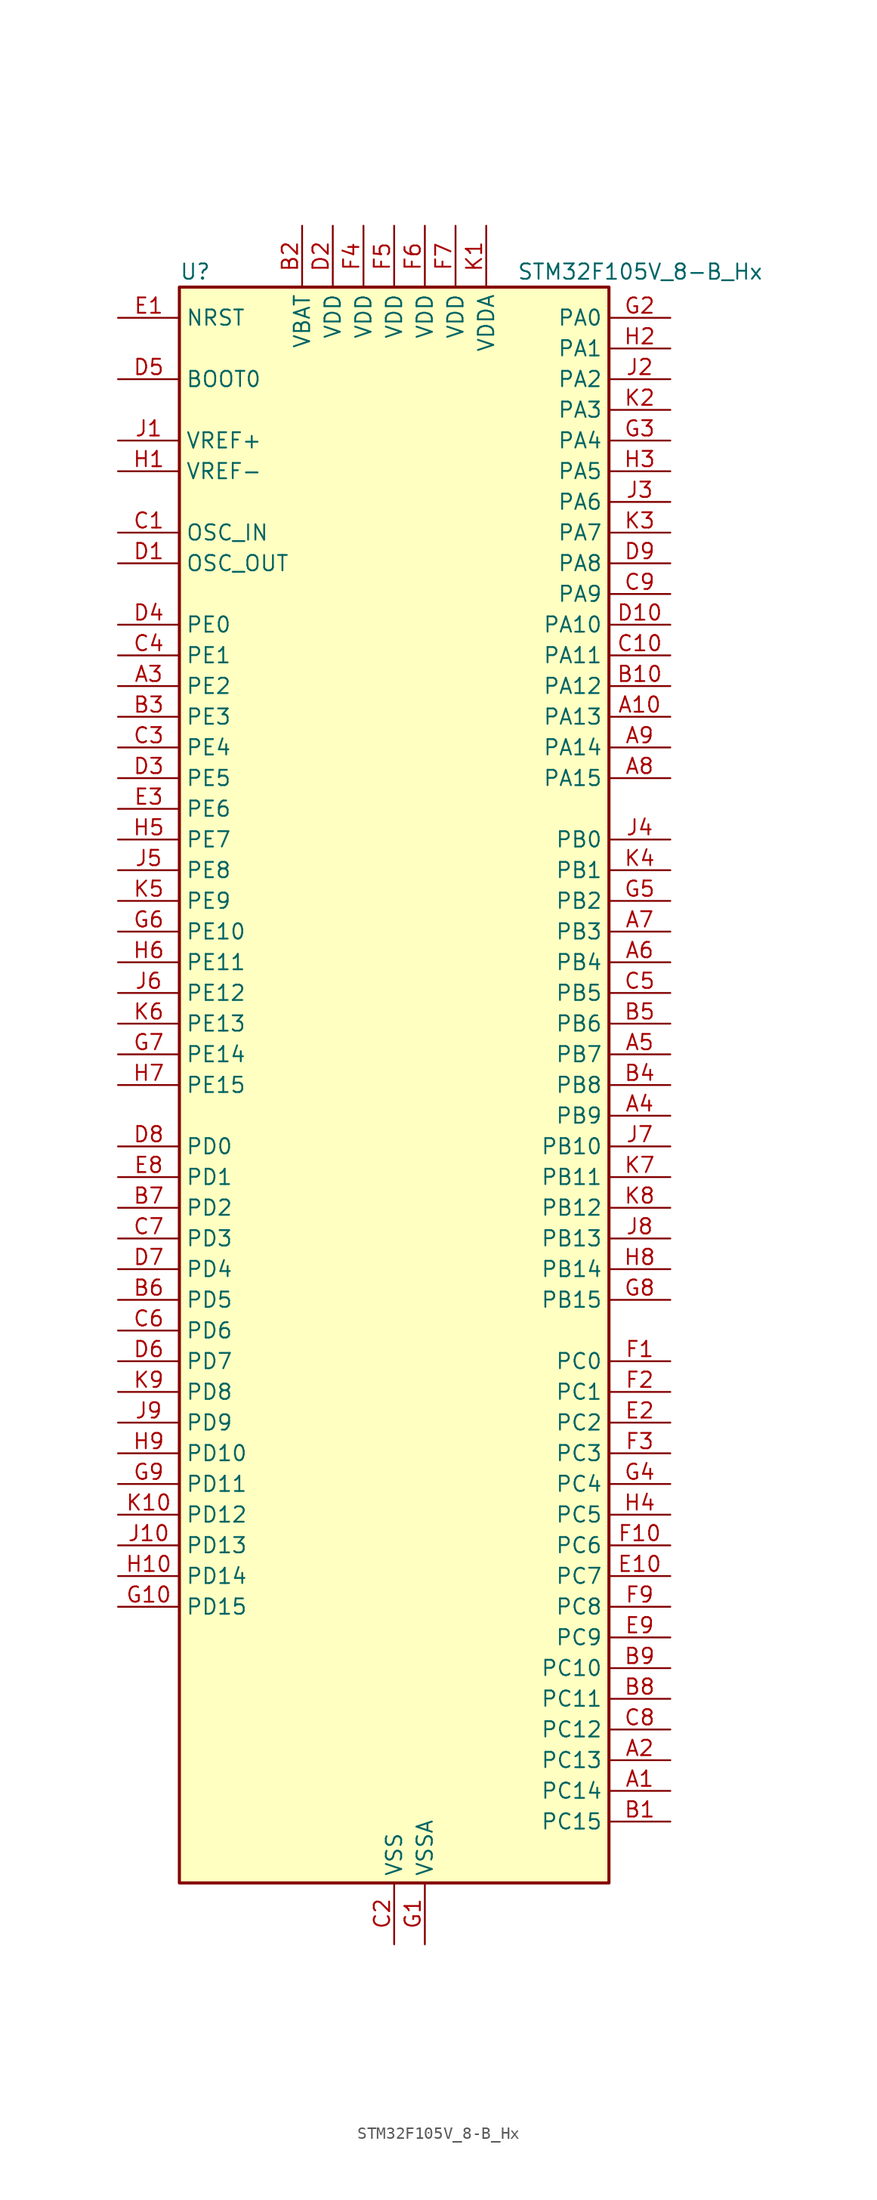
<source format=kicad_sym>
(kicad_symbol_lib
  (version 20220914)
  (generator kicad_symbol_editor)
  (symbol "STM32F105V_8-B_Hx"
    (property "Reference" "U"
      (at -17.78 67.31 0)
      (effects (font (size 1.27 1.27)) (justify left)))
    (property "Value" "STM32F105V_8-B_Hx"
      (at 10.16 67.31 0)
      (effects (font (size 1.27 1.27)) (justify left)))
    (property "ki_locked" ""
      (at 0 0 0)
      (effects (font (size 1.27 1.27))))
    (symbol "STM32F105V_8-B_Hx_0_1"
      (rectangle (start -17.78 -66.04) (end 17.78 66.04) (stroke (width 0.254) (type default)) (fill (type background))))
    (symbol "STM32F105V_8-B_Hx_1_1"
      (pin bidirectional line (at 22.86 -58.42 180) (length 5.08) (name "PC14" (effects (font (size 1.27 1.27)))) (number "A1" (effects (font (size 1.27 1.27)))) (alternate "RCC_OSC32_IN" bidirectional line))
      (pin bidirectional line (at 22.86 30.48 180) (length 5.08) (name "PA13" (effects (font (size 1.27 1.27)))) (number "A10" (effects (font (size 1.27 1.27)))) (alternate "SYS_JTMS-SWDIO" bidirectional line))
      (pin bidirectional line (at 22.86 -55.88 180) (length 5.08) (name "PC13" (effects (font (size 1.27 1.27)))) (number "A2" (effects (font (size 1.27 1.27)))) (alternate "RTC_OUT" bidirectional line) (alternate "RTC_TAMPER" bidirectional line))
      (pin bidirectional line (at -22.86 33.02 0) (length 5.08) (name "PE2" (effects (font (size 1.27 1.27)))) (number "A3" (effects (font (size 1.27 1.27)))) (alternate "SYS_TRACECLK" bidirectional line))
      (pin bidirectional line (at 22.86 -2.54 180) (length 5.08) (name "PB9" (effects (font (size 1.27 1.27)))) (number "A4" (effects (font (size 1.27 1.27)))) (alternate "CAN1_TX" bidirectional line) (alternate "DAC_EXTI9" bidirectional line) (alternate "I2C1_SDA" bidirectional line) (alternate "TIM4_CH4" bidirectional line))
      (pin bidirectional line (at 22.86 2.54 180) (length 5.08) (name "PB7" (effects (font (size 1.27 1.27)))) (number "A5" (effects (font (size 1.27 1.27)))) (alternate "I2C1_SDA" bidirectional line) (alternate "TIM4_CH2" bidirectional line) (alternate "USART1_RX" bidirectional line))
      (pin bidirectional line (at 22.86 10.16 180) (length 5.08) (name "PB4" (effects (font (size 1.27 1.27)))) (number "A6" (effects (font (size 1.27 1.27)))) (alternate "SPI1_MISO" bidirectional line) (alternate "SPI3_MISO" bidirectional line) (alternate "SYS_NJTRST" bidirectional line) (alternate "TIM3_CH1" bidirectional line))
      (pin bidirectional line (at 22.86 12.7 180) (length 5.08) (name "PB3" (effects (font (size 1.27 1.27)))) (number "A7" (effects (font (size 1.27 1.27)))) (alternate "I2S3_CK" bidirectional line) (alternate "SPI1_SCK" bidirectional line) (alternate "SPI3_SCK" bidirectional line) (alternate "SYS_JTDO" bidirectional line) (alternate "SYS_TRACESWO" bidirectional line) (alternate "TIM2_CH2" bidirectional line))
      (pin bidirectional line (at 22.86 25.4 180) (length 5.08) (name "PA15" (effects (font (size 1.27 1.27)))) (number "A8" (effects (font (size 1.27 1.27)))) (alternate "ADC1_EXTI15" bidirectional line) (alternate "ADC2_EXTI15" bidirectional line) (alternate "I2S3_WS" bidirectional line) (alternate "SPI1_NSS" bidirectional line) (alternate "SPI3_NSS" bidirectional line) (alternate "SYS_JTDI" bidirectional line) (alternate "TIM2_CH1" bidirectional line) (alternate "TIM2_ETR" bidirectional line))
      (pin bidirectional line (at 22.86 27.94 180) (length 5.08) (name "PA14" (effects (font (size 1.27 1.27)))) (number "A9" (effects (font (size 1.27 1.27)))) (alternate "SYS_JTCK-SWCLK" bidirectional line))
      (pin bidirectional line (at 22.86 -60.96 180) (length 5.08) (name "PC15" (effects (font (size 1.27 1.27)))) (number "B1" (effects (font (size 1.27 1.27)))) (alternate "ADC1_EXTI15" bidirectional line) (alternate "ADC2_EXTI15" bidirectional line) (alternate "RCC_OSC32_OUT" bidirectional line))
      (pin bidirectional line (at 22.86 33.02 180) (length 5.08) (name "PA12" (effects (font (size 1.27 1.27)))) (number "B10" (effects (font (size 1.27 1.27)))) (alternate "CAN1_TX" bidirectional line) (alternate "TIM1_ETR" bidirectional line) (alternate "USART1_RTS" bidirectional line) (alternate "USB_OTG_FS_DP" bidirectional line))
      (pin power_in line (at -7.62 71.12 270) (length 5.08) (name "VBAT" (effects (font (size 1.27 1.27)))) (number "B2" (effects (font (size 1.27 1.27)))))
      (pin bidirectional line (at -22.86 30.48 0) (length 5.08) (name "PE3" (effects (font (size 1.27 1.27)))) (number "B3" (effects (font (size 1.27 1.27)))) (alternate "SYS_TRACED0" bidirectional line))
      (pin bidirectional line (at 22.86 0 180) (length 5.08) (name "PB8" (effects (font (size 1.27 1.27)))) (number "B4" (effects (font (size 1.27 1.27)))) (alternate "CAN1_RX" bidirectional line) (alternate "I2C1_SCL" bidirectional line) (alternate "TIM4_CH3" bidirectional line))
      (pin bidirectional line (at 22.86 5.08 180) (length 5.08) (name "PB6" (effects (font (size 1.27 1.27)))) (number "B5" (effects (font (size 1.27 1.27)))) (alternate "CAN2_TX" bidirectional line) (alternate "I2C1_SCL" bidirectional line) (alternate "TIM4_CH1" bidirectional line) (alternate "USART1_TX" bidirectional line))
      (pin bidirectional line (at -22.86 -17.78 0) (length 5.08) (name "PD5" (effects (font (size 1.27 1.27)))) (number "B6" (effects (font (size 1.27 1.27)))) (alternate "USART2_TX" bidirectional line))
      (pin bidirectional line (at -22.86 -10.16 0) (length 5.08) (name "PD2" (effects (font (size 1.27 1.27)))) (number "B7" (effects (font (size 1.27 1.27)))) (alternate "TIM3_ETR" bidirectional line) (alternate "UART5_RX" bidirectional line))
      (pin bidirectional line (at 22.86 -50.8 180) (length 5.08) (name "PC11" (effects (font (size 1.27 1.27)))) (number "B8" (effects (font (size 1.27 1.27)))) (alternate "ADC1_EXTI11" bidirectional line) (alternate "ADC2_EXTI11" bidirectional line) (alternate "SPI3_MISO" bidirectional line) (alternate "UART4_RX" bidirectional line) (alternate "USART3_RX" bidirectional line))
      (pin bidirectional line (at 22.86 -48.26 180) (length 5.08) (name "PC10" (effects (font (size 1.27 1.27)))) (number "B9" (effects (font (size 1.27 1.27)))) (alternate "I2S3_CK" bidirectional line) (alternate "SPI3_SCK" bidirectional line) (alternate "UART4_TX" bidirectional line) (alternate "USART3_TX" bidirectional line))
      (pin input line (at -22.86 45.72 0) (length 5.08) (name "OSC_IN" (effects (font (size 1.27 1.27)))) (number "C1" (effects (font (size 1.27 1.27)))) (alternate "RCC_OSC_IN" bidirectional line))
      (pin bidirectional line (at 22.86 35.56 180) (length 5.08) (name "PA11" (effects (font (size 1.27 1.27)))) (number "C10" (effects (font (size 1.27 1.27)))) (alternate "ADC1_EXTI11" bidirectional line) (alternate "ADC2_EXTI11" bidirectional line) (alternate "CAN1_RX" bidirectional line) (alternate "TIM1_CH4" bidirectional line) (alternate "USART1_CTS" bidirectional line) (alternate "USB_OTG_FS_DM" bidirectional line))
      (pin power_in line (at 0 -71.12 90) (length 5.08) (name "VSS" (effects (font (size 1.27 1.27)))) (number "C2" (effects (font (size 1.27 1.27)))))
      (pin bidirectional line (at -22.86 27.94 0) (length 5.08) (name "PE4" (effects (font (size 1.27 1.27)))) (number "C3" (effects (font (size 1.27 1.27)))) (alternate "SYS_TRACED1" bidirectional line))
      (pin bidirectional line (at -22.86 35.56 0) (length 5.08) (name "PE1" (effects (font (size 1.27 1.27)))) (number "C4" (effects (font (size 1.27 1.27)))))
      (pin bidirectional line (at 22.86 7.62 180) (length 5.08) (name "PB5" (effects (font (size 1.27 1.27)))) (number "C5" (effects (font (size 1.27 1.27)))) (alternate "CAN2_RX" bidirectional line) (alternate "I2C1_SMBA" bidirectional line) (alternate "I2S3_SD" bidirectional line) (alternate "SPI1_MOSI" bidirectional line) (alternate "SPI3_MOSI" bidirectional line) (alternate "TIM3_CH2" bidirectional line))
      (pin bidirectional line (at -22.86 -20.32 0) (length 5.08) (name "PD6" (effects (font (size 1.27 1.27)))) (number "C6" (effects (font (size 1.27 1.27)))) (alternate "USART2_RX" bidirectional line))
      (pin bidirectional line (at -22.86 -12.7 0) (length 5.08) (name "PD3" (effects (font (size 1.27 1.27)))) (number "C7" (effects (font (size 1.27 1.27)))) (alternate "USART2_CTS" bidirectional line))
      (pin bidirectional line (at 22.86 -53.34 180) (length 5.08) (name "PC12" (effects (font (size 1.27 1.27)))) (number "C8" (effects (font (size 1.27 1.27)))) (alternate "I2S3_SD" bidirectional line) (alternate "SPI3_MOSI" bidirectional line) (alternate "UART5_TX" bidirectional line) (alternate "USART3_CK" bidirectional line))
      (pin bidirectional line (at 22.86 40.64 180) (length 5.08) (name "PA9" (effects (font (size 1.27 1.27)))) (number "C9" (effects (font (size 1.27 1.27)))) (alternate "DAC_EXTI9" bidirectional line) (alternate "TIM1_CH2" bidirectional line) (alternate "USART1_TX" bidirectional line) (alternate "USB_OTG_FS_VBUS" bidirectional line))
      (pin input line (at -22.86 43.18 0) (length 5.08) (name "OSC_OUT" (effects (font (size 1.27 1.27)))) (number "D1" (effects (font (size 1.27 1.27)))) (alternate "RCC_OSC_OUT" bidirectional line))
      (pin bidirectional line (at 22.86 38.1 180) (length 5.08) (name "PA10" (effects (font (size 1.27 1.27)))) (number "D10" (effects (font (size 1.27 1.27)))) (alternate "TIM1_CH3" bidirectional line) (alternate "USART1_RX" bidirectional line) (alternate "USB_OTG_FS_ID" bidirectional line))
      (pin power_in line (at -5.08 71.12 270) (length 5.08) (name "VDD" (effects (font (size 1.27 1.27)))) (number "D2" (effects (font (size 1.27 1.27)))))
      (pin bidirectional line (at -22.86 25.4 0) (length 5.08) (name "PE5" (effects (font (size 1.27 1.27)))) (number "D3" (effects (font (size 1.27 1.27)))) (alternate "SYS_TRACED2" bidirectional line))
      (pin bidirectional line (at -22.86 38.1 0) (length 5.08) (name "PE0" (effects (font (size 1.27 1.27)))) (number "D4" (effects (font (size 1.27 1.27)))) (alternate "TIM4_ETR" bidirectional line))
      (pin input line (at -22.86 58.42 0) (length 5.08) (name "BOOT0" (effects (font (size 1.27 1.27)))) (number "D5" (effects (font (size 1.27 1.27)))))
      (pin bidirectional line (at -22.86 -22.86 0) (length 5.08) (name "PD7" (effects (font (size 1.27 1.27)))) (number "D6" (effects (font (size 1.27 1.27)))) (alternate "USART2_CK" bidirectional line))
      (pin bidirectional line (at -22.86 -15.24 0) (length 5.08) (name "PD4" (effects (font (size 1.27 1.27)))) (number "D7" (effects (font (size 1.27 1.27)))) (alternate "USART2_RTS" bidirectional line))
      (pin bidirectional line (at -22.86 -5.08 0) (length 5.08) (name "PD0" (effects (font (size 1.27 1.27)))) (number "D8" (effects (font (size 1.27 1.27)))) (alternate "CAN1_RX" bidirectional line))
      (pin bidirectional line (at 22.86 43.18 180) (length 5.08) (name "PA8" (effects (font (size 1.27 1.27)))) (number "D9" (effects (font (size 1.27 1.27)))) (alternate "RCC_MCO" bidirectional line) (alternate "TIM1_CH1" bidirectional line) (alternate "USART1_CK" bidirectional line) (alternate "USB_OTG_FS_SOF" bidirectional line))
      (pin input line (at -22.86 63.5 0) (length 5.08) (name "NRST" (effects (font (size 1.27 1.27)))) (number "E1" (effects (font (size 1.27 1.27)))))
      (pin bidirectional line (at 22.86 -40.64 180) (length 5.08) (name "PC7" (effects (font (size 1.27 1.27)))) (number "E10" (effects (font (size 1.27 1.27)))) (alternate "I2S3_MCK" bidirectional line) (alternate "TIM3_CH2" bidirectional line))
      (pin bidirectional line (at 22.86 -27.94 180) (length 5.08) (name "PC2" (effects (font (size 1.27 1.27)))) (number "E2" (effects (font (size 1.27 1.27)))) (alternate "ADC1_IN12" bidirectional line) (alternate "ADC2_IN12" bidirectional line))
      (pin bidirectional line (at -22.86 22.86 0) (length 5.08) (name "PE6" (effects (font (size 1.27 1.27)))) (number "E3" (effects (font (size 1.27 1.27)))) (alternate "SYS_TRACED3" bidirectional line))
      (pin passive line (at 0 -71.12 90) (length 5.08) hide (name "VSS" (effects (font (size 1.27 1.27)))) (number "E4" (effects (font (size 1.27 1.27)))))
      (pin passive line (at 0 -71.12 90) (length 5.08) hide (name "VSS" (effects (font (size 1.27 1.27)))) (number "E5" (effects (font (size 1.27 1.27)))))
      (pin passive line (at 0 -71.12 90) (length 5.08) hide (name "VSS" (effects (font (size 1.27 1.27)))) (number "E6" (effects (font (size 1.27 1.27)))))
      (pin passive line (at 0 -71.12 90) (length 5.08) hide (name "VSS" (effects (font (size 1.27 1.27)))) (number "E7" (effects (font (size 1.27 1.27)))))
      (pin bidirectional line (at -22.86 -7.62 0) (length 5.08) (name "PD1" (effects (font (size 1.27 1.27)))) (number "E8" (effects (font (size 1.27 1.27)))) (alternate "CAN1_TX" bidirectional line))
      (pin bidirectional line (at 22.86 -45.72 180) (length 5.08) (name "PC9" (effects (font (size 1.27 1.27)))) (number "E9" (effects (font (size 1.27 1.27)))) (alternate "DAC_EXTI9" bidirectional line) (alternate "TIM3_CH4" bidirectional line))
      (pin bidirectional line (at 22.86 -22.86 180) (length 5.08) (name "PC0" (effects (font (size 1.27 1.27)))) (number "F1" (effects (font (size 1.27 1.27)))) (alternate "ADC1_IN10" bidirectional line) (alternate "ADC2_IN10" bidirectional line))
      (pin bidirectional line (at 22.86 -38.1 180) (length 5.08) (name "PC6" (effects (font (size 1.27 1.27)))) (number "F10" (effects (font (size 1.27 1.27)))) (alternate "I2S2_MCK" bidirectional line) (alternate "TIM3_CH1" bidirectional line))
      (pin bidirectional line (at 22.86 -25.4 180) (length 5.08) (name "PC1" (effects (font (size 1.27 1.27)))) (number "F2" (effects (font (size 1.27 1.27)))) (alternate "ADC1_IN11" bidirectional line) (alternate "ADC2_IN11" bidirectional line))
      (pin bidirectional line (at 22.86 -30.48 180) (length 5.08) (name "PC3" (effects (font (size 1.27 1.27)))) (number "F3" (effects (font (size 1.27 1.27)))) (alternate "ADC1_IN13" bidirectional line) (alternate "ADC2_IN13" bidirectional line))
      (pin power_in line (at -2.54 71.12 270) (length 5.08) (name "VDD" (effects (font (size 1.27 1.27)))) (number "F4" (effects (font (size 1.27 1.27)))))
      (pin power_in line (at 0 71.12 270) (length 5.08) (name "VDD" (effects (font (size 1.27 1.27)))) (number "F5" (effects (font (size 1.27 1.27)))))
      (pin power_in line (at 2.54 71.12 270) (length 5.08) (name "VDD" (effects (font (size 1.27 1.27)))) (number "F6" (effects (font (size 1.27 1.27)))))
      (pin power_in line (at 5.08 71.12 270) (length 5.08) (name "VDD" (effects (font (size 1.27 1.27)))) (number "F7" (effects (font (size 1.27 1.27)))))
      (pin no_connect line (at -17.78 -66.04 0) (length 5.08) hide (name "NC" (effects (font (size 1.27 1.27)))) (number "F8" (effects (font (size 1.27 1.27)))))
      (pin bidirectional line (at 22.86 -43.18 180) (length 5.08) (name "PC8" (effects (font (size 1.27 1.27)))) (number "F9" (effects (font (size 1.27 1.27)))) (alternate "TIM3_CH3" bidirectional line))
      (pin power_in line (at 2.54 -71.12 90) (length 5.08) (name "VSSA" (effects (font (size 1.27 1.27)))) (number "G1" (effects (font (size 1.27 1.27)))))
      (pin bidirectional line (at -22.86 -43.18 0) (length 5.08) (name "PD15" (effects (font (size 1.27 1.27)))) (number "G10" (effects (font (size 1.27 1.27)))) (alternate "ADC1_EXTI15" bidirectional line) (alternate "ADC2_EXTI15" bidirectional line) (alternate "TIM4_CH4" bidirectional line))
      (pin bidirectional line (at 22.86 63.5 180) (length 5.08) (name "PA0" (effects (font (size 1.27 1.27)))) (number "G2" (effects (font (size 1.27 1.27)))) (alternate "ADC1_IN0" bidirectional line) (alternate "ADC2_IN0" bidirectional line) (alternate "SYS_WKUP" bidirectional line) (alternate "TIM2_CH1" bidirectional line) (alternate "TIM2_ETR" bidirectional line) (alternate "TIM5_CH1" bidirectional line) (alternate "USART2_CTS" bidirectional line))
      (pin bidirectional line (at 22.86 53.34 180) (length 5.08) (name "PA4" (effects (font (size 1.27 1.27)))) (number "G3" (effects (font (size 1.27 1.27)))) (alternate "ADC1_IN4" bidirectional line) (alternate "ADC2_IN4" bidirectional line) (alternate "DAC_OUT1" bidirectional line) (alternate "I2S3_WS" bidirectional line) (alternate "SPI1_NSS" bidirectional line) (alternate "SPI3_NSS" bidirectional line) (alternate "USART2_CK" bidirectional line))
      (pin bidirectional line (at 22.86 -33.02 180) (length 5.08) (name "PC4" (effects (font (size 1.27 1.27)))) (number "G4" (effects (font (size 1.27 1.27)))) (alternate "ADC1_IN14" bidirectional line) (alternate "ADC2_IN14" bidirectional line))
      (pin bidirectional line (at 22.86 15.24 180) (length 5.08) (name "PB2" (effects (font (size 1.27 1.27)))) (number "G5" (effects (font (size 1.27 1.27)))))
      (pin bidirectional line (at -22.86 12.7 0) (length 5.08) (name "PE10" (effects (font (size 1.27 1.27)))) (number "G6" (effects (font (size 1.27 1.27)))) (alternate "TIM1_CH2N" bidirectional line))
      (pin bidirectional line (at -22.86 2.54 0) (length 5.08) (name "PE14" (effects (font (size 1.27 1.27)))) (number "G7" (effects (font (size 1.27 1.27)))) (alternate "TIM1_CH4" bidirectional line))
      (pin bidirectional line (at 22.86 -17.78 180) (length 5.08) (name "PB15" (effects (font (size 1.27 1.27)))) (number "G8" (effects (font (size 1.27 1.27)))) (alternate "ADC1_EXTI15" bidirectional line) (alternate "ADC2_EXTI15" bidirectional line) (alternate "I2S2_SD" bidirectional line) (alternate "SPI2_MOSI" bidirectional line) (alternate "TIM1_CH3N" bidirectional line))
      (pin bidirectional line (at -22.86 -33.02 0) (length 5.08) (name "PD11" (effects (font (size 1.27 1.27)))) (number "G9" (effects (font (size 1.27 1.27)))) (alternate "ADC1_EXTI11" bidirectional line) (alternate "ADC2_EXTI11" bidirectional line) (alternate "USART3_CTS" bidirectional line))
      (pin input line (at -22.86 50.8 0) (length 5.08) (name "VREF-" (effects (font (size 1.27 1.27)))) (number "H1" (effects (font (size 1.27 1.27)))))
      (pin bidirectional line (at -22.86 -40.64 0) (length 5.08) (name "PD14" (effects (font (size 1.27 1.27)))) (number "H10" (effects (font (size 1.27 1.27)))) (alternate "TIM4_CH3" bidirectional line))
      (pin bidirectional line (at 22.86 60.96 180) (length 5.08) (name "PA1" (effects (font (size 1.27 1.27)))) (number "H2" (effects (font (size 1.27 1.27)))) (alternate "ADC1_IN1" bidirectional line) (alternate "ADC2_IN1" bidirectional line) (alternate "TIM2_CH2" bidirectional line) (alternate "TIM5_CH2" bidirectional line) (alternate "USART2_RTS" bidirectional line))
      (pin bidirectional line (at 22.86 50.8 180) (length 5.08) (name "PA5" (effects (font (size 1.27 1.27)))) (number "H3" (effects (font (size 1.27 1.27)))) (alternate "ADC1_IN5" bidirectional line) (alternate "ADC2_IN5" bidirectional line) (alternate "DAC_OUT2" bidirectional line) (alternate "SPI1_SCK" bidirectional line))
      (pin bidirectional line (at 22.86 -35.56 180) (length 5.08) (name "PC5" (effects (font (size 1.27 1.27)))) (number "H4" (effects (font (size 1.27 1.27)))) (alternate "ADC1_IN15" bidirectional line) (alternate "ADC2_IN15" bidirectional line))
      (pin bidirectional line (at -22.86 20.32 0) (length 5.08) (name "PE7" (effects (font (size 1.27 1.27)))) (number "H5" (effects (font (size 1.27 1.27)))) (alternate "TIM1_ETR" bidirectional line))
      (pin bidirectional line (at -22.86 10.16 0) (length 5.08) (name "PE11" (effects (font (size 1.27 1.27)))) (number "H6" (effects (font (size 1.27 1.27)))) (alternate "ADC1_EXTI11" bidirectional line) (alternate "ADC2_EXTI11" bidirectional line) (alternate "TIM1_CH2" bidirectional line))
      (pin bidirectional line (at -22.86 0 0) (length 5.08) (name "PE15" (effects (font (size 1.27 1.27)))) (number "H7" (effects (font (size 1.27 1.27)))) (alternate "ADC1_EXTI15" bidirectional line) (alternate "ADC2_EXTI15" bidirectional line) (alternate "TIM1_BKIN" bidirectional line))
      (pin bidirectional line (at 22.86 -15.24 180) (length 5.08) (name "PB14" (effects (font (size 1.27 1.27)))) (number "H8" (effects (font (size 1.27 1.27)))) (alternate "SPI2_MISO" bidirectional line) (alternate "TIM1_CH2N" bidirectional line) (alternate "USART3_RTS" bidirectional line))
      (pin bidirectional line (at -22.86 -30.48 0) (length 5.08) (name "PD10" (effects (font (size 1.27 1.27)))) (number "H9" (effects (font (size 1.27 1.27)))) (alternate "USART3_CK" bidirectional line))
      (pin input line (at -22.86 53.34 0) (length 5.08) (name "VREF+" (effects (font (size 1.27 1.27)))) (number "J1" (effects (font (size 1.27 1.27)))))
      (pin bidirectional line (at -22.86 -38.1 0) (length 5.08) (name "PD13" (effects (font (size 1.27 1.27)))) (number "J10" (effects (font (size 1.27 1.27)))) (alternate "TIM4_CH2" bidirectional line))
      (pin bidirectional line (at 22.86 58.42 180) (length 5.08) (name "PA2" (effects (font (size 1.27 1.27)))) (number "J2" (effects (font (size 1.27 1.27)))) (alternate "ADC1_IN2" bidirectional line) (alternate "ADC2_IN2" bidirectional line) (alternate "TIM2_CH3" bidirectional line) (alternate "TIM5_CH3" bidirectional line) (alternate "USART2_TX" bidirectional line))
      (pin bidirectional line (at 22.86 48.26 180) (length 5.08) (name "PA6" (effects (font (size 1.27 1.27)))) (number "J3" (effects (font (size 1.27 1.27)))) (alternate "ADC1_IN6" bidirectional line) (alternate "ADC2_IN6" bidirectional line) (alternate "SPI1_MISO" bidirectional line) (alternate "TIM1_BKIN" bidirectional line) (alternate "TIM3_CH1" bidirectional line))
      (pin bidirectional line (at 22.86 20.32 180) (length 5.08) (name "PB0" (effects (font (size 1.27 1.27)))) (number "J4" (effects (font (size 1.27 1.27)))) (alternate "ADC1_IN8" bidirectional line) (alternate "ADC2_IN8" bidirectional line) (alternate "TIM1_CH2N" bidirectional line) (alternate "TIM3_CH3" bidirectional line))
      (pin bidirectional line (at -22.86 17.78 0) (length 5.08) (name "PE8" (effects (font (size 1.27 1.27)))) (number "J5" (effects (font (size 1.27 1.27)))) (alternate "TIM1_CH1N" bidirectional line))
      (pin bidirectional line (at -22.86 7.62 0) (length 5.08) (name "PE12" (effects (font (size 1.27 1.27)))) (number "J6" (effects (font (size 1.27 1.27)))) (alternate "TIM1_CH3N" bidirectional line))
      (pin bidirectional line (at 22.86 -5.08 180) (length 5.08) (name "PB10" (effects (font (size 1.27 1.27)))) (number "J7" (effects (font (size 1.27 1.27)))) (alternate "I2C2_SCL" bidirectional line) (alternate "TIM2_CH3" bidirectional line) (alternate "USART3_TX" bidirectional line))
      (pin bidirectional line (at 22.86 -12.7 180) (length 5.08) (name "PB13" (effects (font (size 1.27 1.27)))) (number "J8" (effects (font (size 1.27 1.27)))) (alternate "CAN2_TX" bidirectional line) (alternate "I2S2_CK" bidirectional line) (alternate "SPI2_SCK" bidirectional line) (alternate "TIM1_CH1N" bidirectional line) (alternate "USART3_CTS" bidirectional line))
      (pin bidirectional line (at -22.86 -27.94 0) (length 5.08) (name "PD9" (effects (font (size 1.27 1.27)))) (number "J9" (effects (font (size 1.27 1.27)))) (alternate "DAC_EXTI9" bidirectional line) (alternate "USART3_RX" bidirectional line))
      (pin power_in line (at 7.62 71.12 270) (length 5.08) (name "VDDA" (effects (font (size 1.27 1.27)))) (number "K1" (effects (font (size 1.27 1.27)))))
      (pin bidirectional line (at -22.86 -35.56 0) (length 5.08) (name "PD12" (effects (font (size 1.27 1.27)))) (number "K10" (effects (font (size 1.27 1.27)))) (alternate "TIM4_CH1" bidirectional line) (alternate "USART3_RTS" bidirectional line))
      (pin bidirectional line (at 22.86 55.88 180) (length 5.08) (name "PA3" (effects (font (size 1.27 1.27)))) (number "K2" (effects (font (size 1.27 1.27)))) (alternate "ADC1_IN3" bidirectional line) (alternate "ADC2_IN3" bidirectional line) (alternate "TIM2_CH4" bidirectional line) (alternate "TIM5_CH4" bidirectional line) (alternate "USART2_RX" bidirectional line))
      (pin bidirectional line (at 22.86 45.72 180) (length 5.08) (name "PA7" (effects (font (size 1.27 1.27)))) (number "K3" (effects (font (size 1.27 1.27)))) (alternate "ADC1_IN7" bidirectional line) (alternate "ADC2_IN7" bidirectional line) (alternate "SPI1_MOSI" bidirectional line) (alternate "TIM1_CH1N" bidirectional line) (alternate "TIM3_CH2" bidirectional line))
      (pin bidirectional line (at 22.86 17.78 180) (length 5.08) (name "PB1" (effects (font (size 1.27 1.27)))) (number "K4" (effects (font (size 1.27 1.27)))) (alternate "ADC1_IN9" bidirectional line) (alternate "ADC2_IN9" bidirectional line) (alternate "TIM1_CH3N" bidirectional line) (alternate "TIM3_CH4" bidirectional line))
      (pin bidirectional line (at -22.86 15.24 0) (length 5.08) (name "PE9" (effects (font (size 1.27 1.27)))) (number "K5" (effects (font (size 1.27 1.27)))) (alternate "DAC_EXTI9" bidirectional line) (alternate "TIM1_CH1" bidirectional line))
      (pin bidirectional line (at -22.86 5.08 0) (length 5.08) (name "PE13" (effects (font (size 1.27 1.27)))) (number "K6" (effects (font (size 1.27 1.27)))) (alternate "TIM1_CH3" bidirectional line))
      (pin bidirectional line (at 22.86 -7.62 180) (length 5.08) (name "PB11" (effects (font (size 1.27 1.27)))) (number "K7" (effects (font (size 1.27 1.27)))) (alternate "ADC1_EXTI11" bidirectional line) (alternate "ADC2_EXTI11" bidirectional line) (alternate "I2C2_SDA" bidirectional line) (alternate "TIM2_CH4" bidirectional line) (alternate "USART3_RX" bidirectional line))
      (pin bidirectional line (at 22.86 -10.16 180) (length 5.08) (name "PB12" (effects (font (size 1.27 1.27)))) (number "K8" (effects (font (size 1.27 1.27)))) (alternate "CAN2_RX" bidirectional line) (alternate "I2C2_SMBA" bidirectional line) (alternate "I2S2_WS" bidirectional line) (alternate "SPI2_NSS" bidirectional line) (alternate "TIM1_BKIN" bidirectional line) (alternate "USART3_CK" bidirectional line))
      (pin bidirectional line (at -22.86 -25.4 0) (length 5.08) (name "PD8" (effects (font (size 1.27 1.27)))) (number "K9" (effects (font (size 1.27 1.27)))) (alternate "USART3_TX" bidirectional line)))))
</source>
